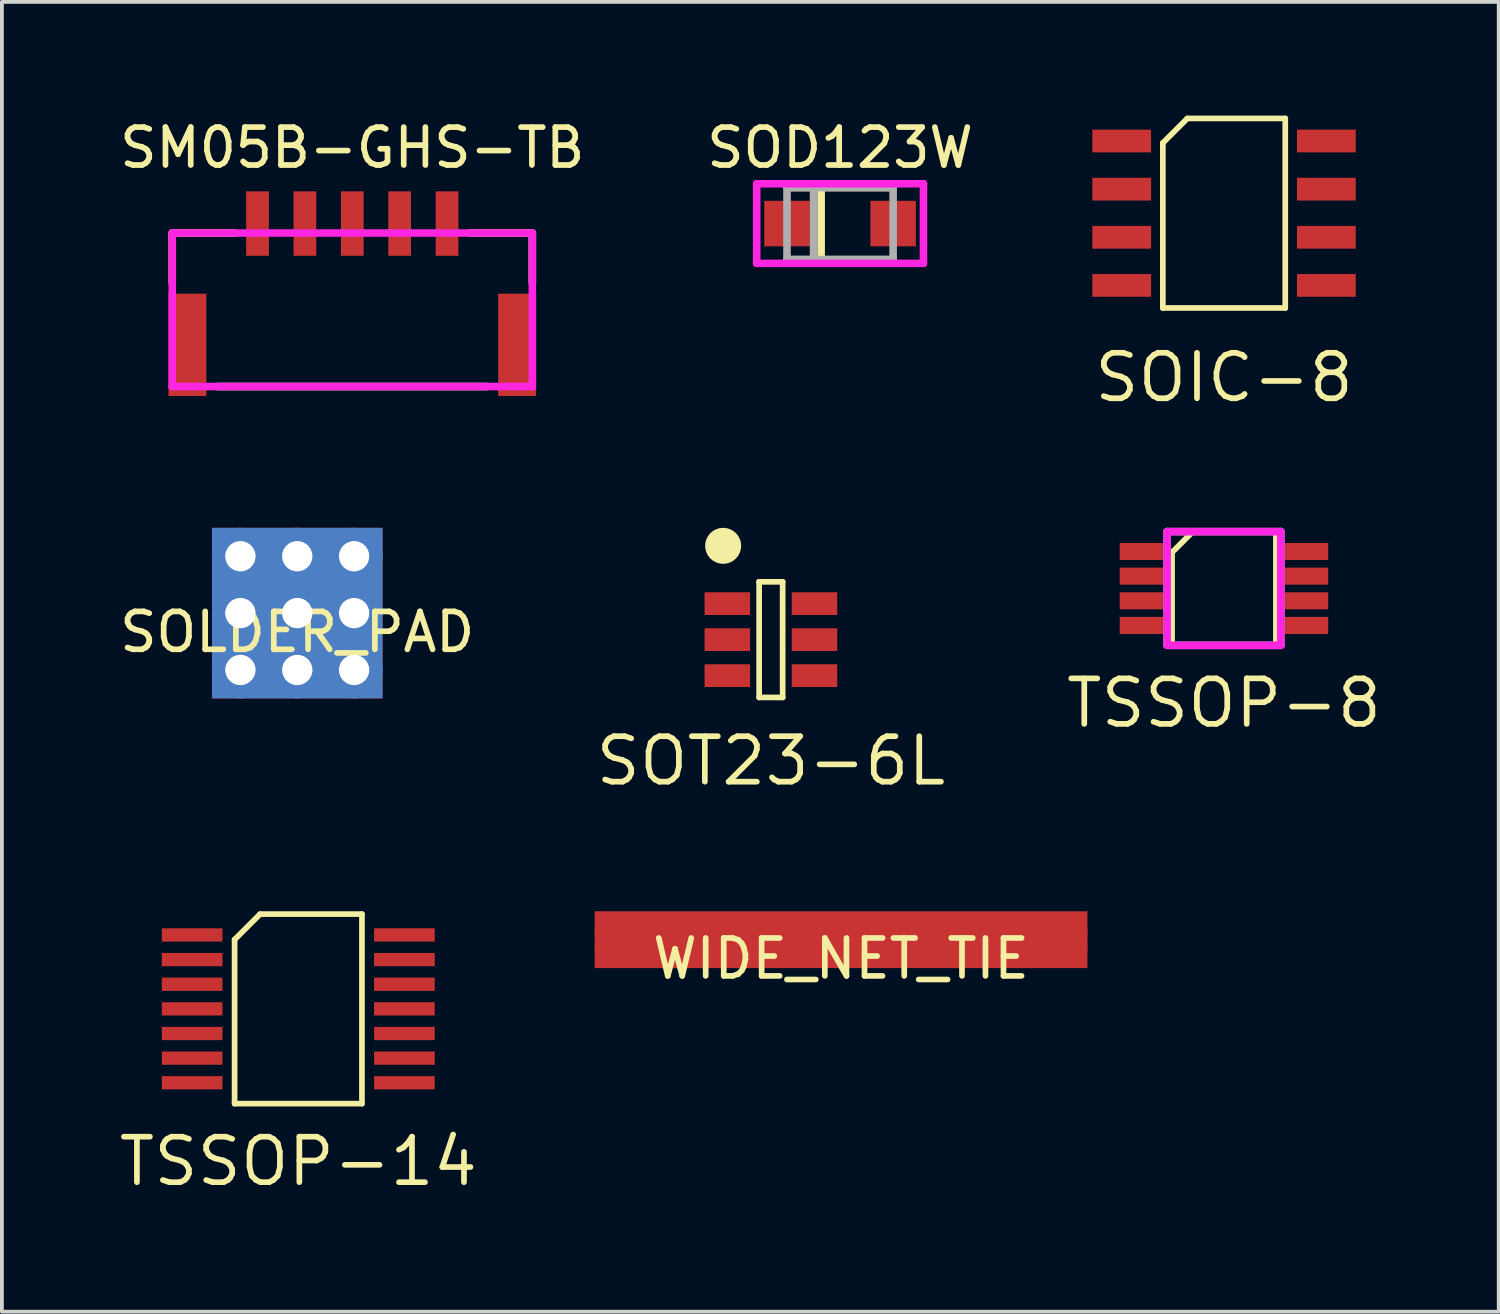
<source format=kicad_pcb>
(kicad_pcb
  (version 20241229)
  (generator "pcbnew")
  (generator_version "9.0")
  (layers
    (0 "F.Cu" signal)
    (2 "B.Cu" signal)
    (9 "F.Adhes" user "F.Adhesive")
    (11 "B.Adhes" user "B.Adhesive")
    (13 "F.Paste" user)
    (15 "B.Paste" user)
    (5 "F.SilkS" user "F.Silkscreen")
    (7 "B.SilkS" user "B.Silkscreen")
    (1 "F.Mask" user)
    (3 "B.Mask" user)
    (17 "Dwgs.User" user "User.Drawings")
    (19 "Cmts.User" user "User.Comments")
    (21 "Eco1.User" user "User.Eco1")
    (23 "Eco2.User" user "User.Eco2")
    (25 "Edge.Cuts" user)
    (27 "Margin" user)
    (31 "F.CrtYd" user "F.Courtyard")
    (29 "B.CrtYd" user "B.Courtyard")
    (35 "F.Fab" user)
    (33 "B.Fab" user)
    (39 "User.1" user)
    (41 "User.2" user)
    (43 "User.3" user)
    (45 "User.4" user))
  (footprint "TSSOP-14"
    (layer "F.Cu")
    (at 4.819 23.566)
    (property "Reference" "TSSOP-14" (at 0 4.025 0) (layer "F.SilkS") (effects (font (size 1.2 1.2) (thickness 0.15))))
    (attr through_hole)
    (fp_line (start -1.68 -1.828) (end -1.68 2.5) (stroke (width 0.15) (type solid)) (layer "F.SilkS"))
    (fp_line (start -1.68 2.5) (end 1.68 2.5) (stroke (width 0.15) (type solid)) (layer "F.SilkS"))
    (fp_line (start -1.008 -2.5) (end -1.68 -1.828) (stroke (width 0.15) (type solid)) (layer "F.SilkS"))
    (fp_line (start 1.68 -2.5) (end -1.008 -2.5) (stroke (width 0.15) (type solid)) (layer "F.SilkS"))
    (fp_line (start 1.68 2.5) (end 1.68 -2.5) (stroke (width 0.15) (type solid)) (layer "F.SilkS"))
    (pad "1" smd rect (at -2.8 -1.95) (size 1.6 0.35) (layers "F.Cu" "F.Mask" "F.Paste"))
    (pad "2" smd rect (at -2.8 -1.3) (size 1.6 0.35) (layers "F.Cu" "F.Mask" "F.Paste"))
    (pad "3" smd rect (at -2.8 -0.65) (size 1.6 0.35) (layers "F.Cu" "F.Mask" "F.Paste"))
    (pad "4" smd rect (at -2.8 0) (size 1.6 0.35) (layers "F.Cu" "F.Mask" "F.Paste"))
    (pad "5" smd rect (at -2.8 0.65) (size 1.6 0.35) (layers "F.Cu" "F.Mask" "F.Paste"))
    (pad "6" smd rect (at -2.8 1.3) (size 1.6 0.35) (layers "F.Cu" "F.Mask" "F.Paste"))
    (pad "7" smd rect (at -2.8 1.95) (size 1.6 0.35) (layers "F.Cu" "F.Mask" "F.Paste"))
    (pad "8" smd rect (at 2.8 1.95) (size 1.6 0.35) (layers "F.Cu" "F.Mask" "F.Paste"))
    (pad "9" smd rect (at 2.8 1.3) (size 1.6 0.35) (layers "F.Cu" "F.Mask" "F.Paste"))
    (pad "10" smd rect (at 2.8 0.65) (size 1.6 0.35) (layers "F.Cu" "F.Mask" "F.Paste"))
    (pad "11" smd rect (at 2.8 0) (size 1.6 0.35) (layers "F.Cu" "F.Mask" "F.Paste"))
    (pad "12" smd rect (at 2.8 -0.65) (size 1.6 0.35) (layers "F.Cu" "F.Mask" "F.Paste"))
    (pad "13" smd rect (at 2.8 -1.3) (size 1.6 0.35) (layers "F.Cu" "F.Mask" "F.Paste"))
    (pad "14" smd rect (at 2.8 -1.95) (size 1.6 0.35) (layers "F.Cu" "F.Mask" "F.Paste")))
  (footprint "SOT23-6L"
    (layer "F.Cu")
    (at 17.288 13.825)
    (property "Reference" "SOT23-6L" (at 0 3.2 0) (layer "F.SilkS") (effects (font (size 1.2 1.2) (thickness 0.15))))
    (attr through_hole)
    (fp_line (start -0.31 -1.525) (end -0.31 -1.525) (stroke (width 0.15) (type solid)) (layer "F.SilkS"))
    (fp_line (start -0.31 -1.525) (end -0.31 1.525) (stroke (width 0.15) (type solid)) (layer "F.SilkS"))
    (fp_line (start -0.31 1.525) (end 0.31 1.525) (stroke (width 0.15) (type solid)) (layer "F.SilkS"))
    (fp_line (start 0.31 -1.525) (end -0.31 -1.525) (stroke (width 0.15) (type solid)) (layer "F.SilkS"))
    (fp_line (start 0.31 1.525) (end 0.31 -1.525) (stroke (width 0.15) (type solid)) (layer "F.SilkS"))
    (fp_circle (center -1.26 -2.475) (end -1.26 -2.237) (stroke (width 0.475) (type solid)) (fill no) (layer "F.SilkS"))
    (pad "1" smd rect (at -1.15 -0.95) (size 1.2 0.6) (layers "F.Cu" "F.Mask" "F.Paste"))
    (pad "2" smd rect (at -1.15 0) (size 1.2 0.6) (layers "F.Cu" "F.Mask" "F.Paste"))
    (pad "3" smd rect (at -1.15 0.95) (size 1.2 0.6) (layers "F.Cu" "F.Mask" "F.Paste"))
    (pad "4" smd rect (at 1.15 0.95) (size 1.2 0.6) (layers "F.Cu" "F.Mask" "F.Paste"))
    (pad "5" smd rect (at 1.15 0) (size 1.2 0.6) (layers "F.Cu" "F.Mask" "F.Paste"))
    (pad "6" smd rect (at 1.15 -0.95) (size 1.2 0.6) (layers "F.Cu" "F.Mask" "F.Paste")))
  (footprint "SOLDER_PAD"
    (layer "F.Cu")
    (at 4.792 13.125)
    (property "Reference" "SOLDER_PAD" (at 0 0.5 0) (layer "F.SilkS") (effects (font (size 1 1) (thickness 0.15))))
    (attr through_hole)
    (pad "1" thru_hole circle (at -1.5 -1.5) (size 1.5 1.5) (drill 0.8) (layers "*.Cu" "*.Mask"))
    (pad "1" thru_hole circle (at -1.5 0) (size 1.5 1.5) (drill 0.8) (layers "*.Cu" "*.Mask"))
    (pad "1" thru_hole circle (at -1.5 1.5) (size 1.5 1.5) (drill 0.8) (layers "*.Cu" "*.Mask"))
    (pad "1" thru_hole circle (at 0 -1.5) (size 1.5 1.5) (drill 0.8) (layers "*.Cu" "*.Mask"))
    (pad "1" thru_hole circle (at 0 0) (size 1.5 1.5) (drill 0.8) (layers "*.Cu" "*.Mask"))
    (pad "1" smd rect (at 0 0) (size 4.5 4.5) (layers "F.Cu" "F.Mask"))
    (pad "1" smd rect (at 0 0) (size 4.5 4.5) (layers "B.Cu" "B.Mask"))
    (pad "1" thru_hole circle (at 0 1.5) (size 1.5 1.5) (drill 0.8) (layers "*.Cu" "*.Mask"))
    (pad "1" thru_hole circle (at 1.5 -1.5) (size 1.5 1.5) (drill 0.8) (layers "*.Cu" "*.Mask"))
    (pad "1" thru_hole circle (at 1.5 0) (size 1.5 1.5) (drill 0.8) (layers "*.Cu" "*.Mask"))
    (pad "1" thru_hole circle (at 1.5 1.5) (size 1.5 1.5) (drill 0.8) (layers "*.Cu" "*.Mask")))
  (footprint "SM05B-GHS-TB"
    (layer "F.Cu")
    (at 6.244 2.848)
    (property "Reference" "SM05B-GHS-TB" (at 0 -2 0) (layer "F.SilkS") (effects (font (size 1 1) (thickness 0.15))))
    (attr through_hole)
    (fp_line (start -4.75 0.25) (end -3.1 0.25) (stroke (width 0.2) (type solid)) (layer "F.SilkS"))
    (fp_line (start -4.75 1.55) (end -4.75 0.25) (stroke (width 0.2) (type solid)) (layer "F.SilkS"))
    (fp_line (start -3.55 4.3) (end 3.55 4.3) (stroke (width 0.2) (type solid)) (layer "F.SilkS"))
    (fp_line (start 3.1 0.25) (end 4.75 0.25) (stroke (width 0.2) (type solid)) (layer "F.SilkS"))
    (fp_line (start 4.75 0.25) (end 4.75 1.55) (stroke (width 0.2) (type solid)) (layer "F.SilkS"))
    (fp_line (start -4.75 0.25) (end 4.75 0.25) (stroke (width 0.2) (type solid)) (layer "F.CrtYd"))
    (fp_line (start -4.75 4.3) (end -4.75 0.25) (stroke (width 0.2) (type solid)) (layer "F.CrtYd"))
    (fp_line (start -4.75 4.3) (end 4.75 4.3) (stroke (width 0.2) (type solid)) (layer "F.CrtYd"))
    (fp_line (start 4.75 0.25) (end 4.75 4.3) (stroke (width 0.2) (type solid)) (layer "F.CrtYd"))
    (pad "" smd rect (at -4.35 3.2) (size 1 2.7) (layers "F.Cu" "F.Mask" "F.Paste"))
    (pad "" smd rect (at 4.35 3.2) (size 1 2.7) (layers "F.Cu" "F.Mask" "F.Paste"))
    (pad "1" smd rect (at -2.5 0) (size 0.6 1.7) (layers "F.Cu" "F.Mask" "F.Paste"))
    (pad "2" smd rect (at -1.25 0) (size 0.6 1.7) (layers "F.Cu" "F.Mask" "F.Paste"))
    (pad "3" smd rect (at 0 0) (size 0.6 1.7) (layers "F.Cu" "F.Mask" "F.Paste"))
    (pad "4" smd rect (at 1.25 0) (size 0.6 1.7) (layers "F.Cu" "F.Mask" "F.Paste"))
    (pad "5" smd rect (at 2.5 0) (size 0.6 1.7) (layers "F.Cu" "F.Mask" "F.Paste")))
  (footprint "TSSOP-8"
    (layer "F.Cu")
    (at 29.241 12.475)
    (property "Reference" "TSSOP-8" (at 0 3.025 0) (layer "F.SilkS") (effects (font (size 1.2 1.2) (thickness 0.15))))
    (attr through_hole)
    (fp_line (start -1.37 -0.952) (end -1.37 1.5) (stroke (width 0.15) (type solid)) (layer "F.SilkS"))
    (fp_line (start -1.37 1.5) (end 1.37 1.5) (stroke (width 0.15) (type solid)) (layer "F.SilkS"))
    (fp_line (start -0.822 -1.5) (end -1.37 -0.952) (stroke (width 0.15) (type solid)) (layer "F.SilkS"))
    (fp_line (start 1.37 -1.5) (end -0.822 -1.5) (stroke (width 0.15) (type solid)) (layer "F.SilkS"))
    (fp_line (start 1.37 1.5) (end 1.37 -1.5) (stroke (width 0.15) (type solid)) (layer "F.SilkS"))
    (fp_line (start -1.5 -1.5) (end 1.5 -1.5) (stroke (width 0.2) (type solid)) (layer "F.CrtYd"))
    (fp_line (start -1.5 1.5) (end -1.5 -1.5) (stroke (width 0.2) (type solid)) (layer "F.CrtYd"))
    (fp_line (start 1.5 -1.5) (end 1.5 1.5) (stroke (width 0.2) (type solid)) (layer "F.CrtYd"))
    (fp_line (start 1.5 1.5) (end -1.5 1.5) (stroke (width 0.2) (type solid)) (layer "F.CrtYd"))
    (fp_line (start -1.5 -1.5) (end 1.5 -1.5) (stroke (width 0.2) (type solid)) (layer "F.Fab"))
    (fp_line (start -1.5 1.5) (end -1.5 -1.5) (stroke (width 0.2) (type solid)) (layer "F.Fab"))
    (fp_line (start 1.5 -1.5) (end 1.5 1.5) (stroke (width 0.2) (type solid)) (layer "F.Fab"))
    (fp_line (start 1.5 1.5) (end -1.5 1.5) (stroke (width 0.2) (type solid)) (layer "F.Fab"))
    (pad "1" smd rect (at -2.175 -0.975) (size 1.15 0.45) (layers "F.Cu" "F.Mask" "F.Paste"))
    (pad "2" smd rect (at -2.175 -0.325) (size 1.15 0.45) (layers "F.Cu" "F.Mask" "F.Paste"))
    (pad "3" smd rect (at -2.175 0.325) (size 1.15 0.45) (layers "F.Cu" "F.Mask" "F.Paste"))
    (pad "4" smd rect (at -2.175 0.975) (size 1.15 0.45) (layers "F.Cu" "F.Mask" "F.Paste"))
    (pad "5" smd rect (at 2.175 0.975) (size 1.15 0.45) (layers "F.Cu" "F.Mask" "F.Paste"))
    (pad "6" smd rect (at 2.175 0.325) (size 1.15 0.45) (layers "F.Cu" "F.Mask" "F.Paste"))
    (pad "7" smd rect (at 2.175 -0.325) (size 1.15 0.45) (layers "F.Cu" "F.Mask" "F.Paste"))
    (pad "8" smd rect (at 2.175 -0.975) (size 1.15 0.45) (layers "F.Cu" "F.Mask" "F.Paste")))
  (footprint "SOD123W"
    (layer "F.Cu")
    (at 19.113 2.848)
    (property "Reference" "SOD123W" (at 0 -2 0) (layer "F.SilkS") (effects (font (size 1 1) (thickness 0.15))))
    (attr through_hole)
    (fp_line (start -1.4 -0.95) (end 1.4 -0.95) (stroke (width 0.2) (type solid)) (layer "F.SilkS"))
    (fp_line (start -1.4 0.95) (end 1.4 0.95) (stroke (width 0.2) (type solid)) (layer "F.SilkS"))
    (fp_line (start -0.5 -0.95) (end -0.5 0.95) (stroke (width 0.2) (type solid)) (layer "F.SilkS"))
    (fp_line (start -2.2 -1.05) (end 2.2 -1.05) (stroke (width 0.2) (type solid)) (layer "F.CrtYd"))
    (fp_line (start -2.2 1.05) (end -2.2 -1.05) (stroke (width 0.2) (type solid)) (layer "F.CrtYd"))
    (fp_line (start 2.2 -1.05) (end 2.2 1.05) (stroke (width 0.2) (type solid)) (layer "F.CrtYd"))
    (fp_line (start 2.2 1.05) (end -2.2 1.05) (stroke (width 0.2) (type solid)) (layer "F.CrtYd"))
    (fp_line (start -1.4 -0.95) (end 1.4 -0.95) (stroke (width 0.2) (type solid)) (layer "F.Fab"))
    (fp_line (start -1.4 0.95) (end -1.4 -0.95) (stroke (width 0.2) (type solid)) (layer "F.Fab"))
    (fp_line (start -0.7 -0.95) (end -0.7 0.95) (stroke (width 0.2) (type solid)) (layer "F.Fab"))
    (fp_line (start 1.4 -0.95) (end 1.4 0.95) (stroke (width 0.2) (type solid)) (layer "F.Fab"))
    (fp_line (start 1.4 0.95) (end -1.4 0.95) (stroke (width 0.2) (type solid)) (layer "F.Fab"))
    (pad "1" smd rect (at -1.4 0) (size 1.2 1.2) (layers "F.Cu" "F.Mask" "F.Paste"))
    (pad "2" smd rect (at 1.4 0) (size 1.2 1.2) (layers "F.Cu" "F.Mask" "F.Paste")))
  (footprint "SOIC-8"
    (layer "F.Cu")
    (at 29.243 2.575)
    (property "Reference" "SOIC-8" (at 0 4.335 0) (layer "F.SilkS") (effects (font (size 1.2 1.2) (thickness 0.15))))
    (attr through_hole)
    (fp_line (start -1.615 -1.854) (end -1.615 2.5) (stroke (width 0.15) (type solid)) (layer "F.SilkS"))
    (fp_line (start -1.615 2.5) (end 1.615 2.5) (stroke (width 0.15) (type solid)) (layer "F.SilkS"))
    (fp_line (start -0.969 -2.5) (end -1.615 -1.854) (stroke (width 0.15) (type solid)) (layer "F.SilkS"))
    (fp_line (start 1.615 -2.5) (end -0.969 -2.5) (stroke (width 0.15) (type solid)) (layer "F.SilkS"))
    (fp_line (start 1.615 2.5) (end 1.615 -2.5) (stroke (width 0.15) (type solid)) (layer "F.SilkS"))
    (pad "1" smd rect (at -2.7 -1.905) (size 1.55 0.6) (layers "F.Cu" "F.Mask" "F.Paste"))
    (pad "2" smd rect (at -2.7 -0.635) (size 1.55 0.6) (layers "F.Cu" "F.Mask" "F.Paste"))
    (pad "3" smd rect (at -2.7 0.635) (size 1.55 0.6) (layers "F.Cu" "F.Mask" "F.Paste"))
    (pad "4" smd rect (at -2.7 1.905) (size 1.55 0.6) (layers "F.Cu" "F.Mask" "F.Paste"))
    (pad "5" smd rect (at 2.7 1.905) (size 1.55 0.6) (layers "F.Cu" "F.Mask" "F.Paste"))
    (pad "6" smd rect (at 2.7 0.635) (size 1.55 0.6) (layers "F.Cu" "F.Mask" "F.Paste"))
    (pad "7" smd rect (at 2.7 -0.635) (size 1.55 0.6) (layers "F.Cu" "F.Mask" "F.Paste"))
    (pad "8" smd rect (at 2.7 -1.905) (size 1.55 0.6) (layers "F.Cu" "F.Mask" "F.Paste")))
  (footprint "WIDE_NET_TIE"
    (layer "F.Cu")
    (at 19.139 21.741)
    (property "Reference" "WIDE_NET_TIE" (at 0 0.5 0) (layer "F.SilkS") (effects (font (size 1 1) (thickness 0.15))))
    (attr through_hole)
    (fp_line (start -6.4 -0.25) (end -6.4 0.25) (stroke (width 0.2) (type solid)) (layer "F.Cu"))
    (fp_line (start -6.4 -0.15) (end 6.4 -0.15) (stroke (width 0.2) (type solid)) (layer "F.Cu"))
    (fp_line (start -6.4 0) (end 6.4 0) (stroke (width 0.2) (type solid)) (layer "F.Cu"))
    (fp_line (start -6.4 0.25) (end 6.4 0.25) (stroke (width 0.2) (type solid)) (layer "F.Cu"))
    (fp_line (start 6.4 -0.25) (end -6.4 -0.25) (stroke (width 0.2) (type solid)) (layer "F.Cu"))
    (fp_line (start 6.4 0.15) (end -6.4 0.15) (stroke (width 0.2) (type solid)) (layer "F.Cu"))
    (fp_line (start 6.4 0.25) (end 6.4 -0.25) (stroke (width 0.2) (type solid)) (layer "F.Cu"))
    (pad "1" smd rect (at 0 0.5) (size 13 0.5) (layers "F.Cu"))
    (pad "2" smd rect (at 0 -0.5) (size 13 0.5) (layers "F.Cu")))
  (gr_rect
    (start -3 -3)
    (end 36.489 31.556)
    (stroke (width 0.1) (type default))
    (fill no)
    (layer "Edge.Cuts")))
</source>
